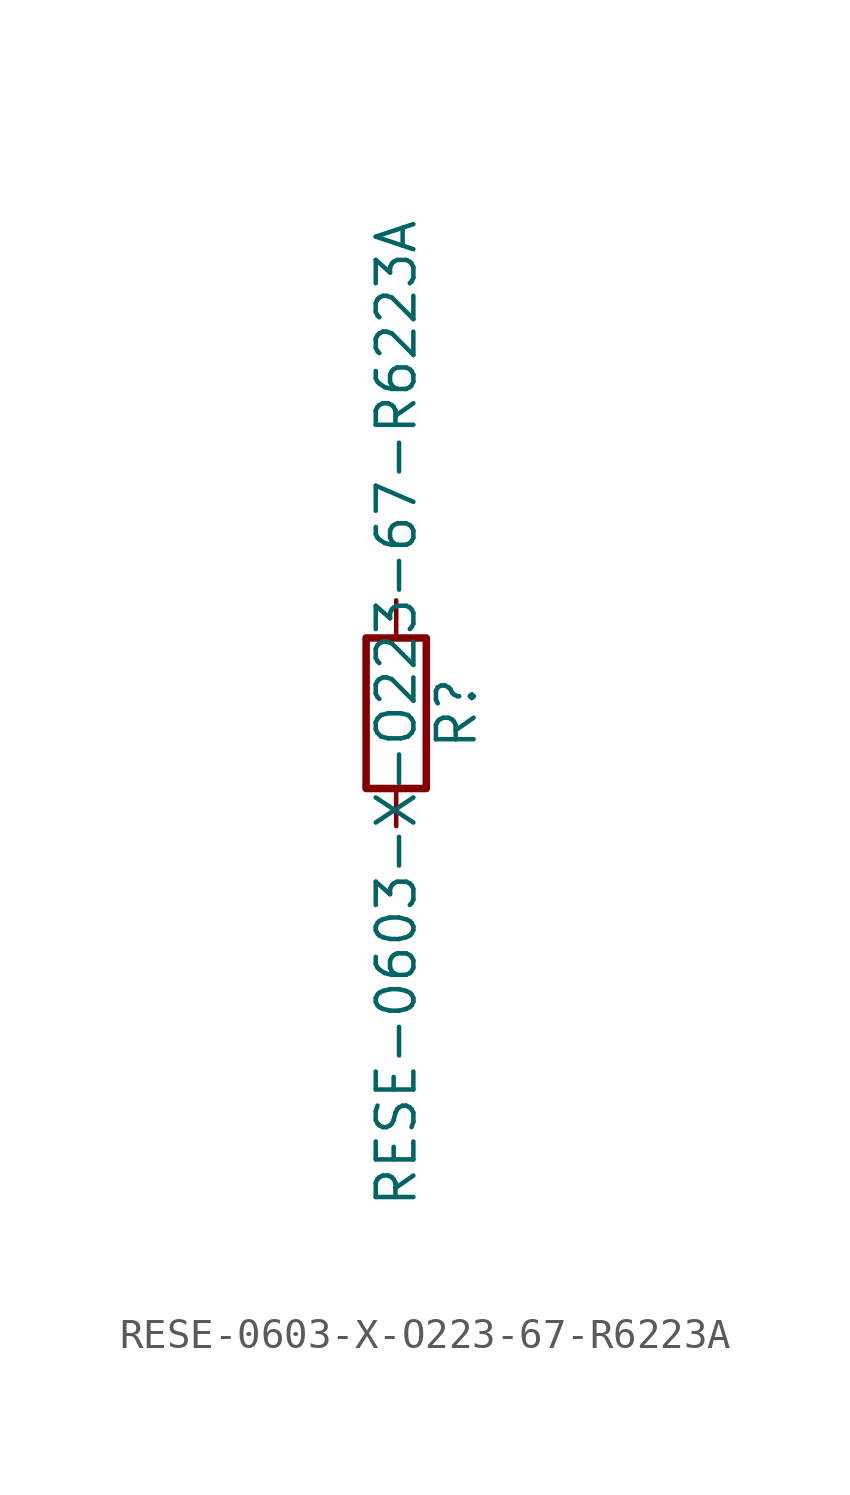
<source format=kicad_sym>
(kicad_symbol_lib
  (version 20211014)
  (generator kicad_symbol_editor)
  (symbol "RESE-0603-X-O223-67-R6223A"
    (pin_numbers hide)
    (pin_names
      (offset 0))
    (property "Reference" "R"
      (at 2.032 0 90)
      (effects (font (size 1.27 1.27))))
    (property "Value" "RESE-0603-X-O223-67-R6223A"
      (at 0 0 90)
      (effects (font (size 1.27 1.27))))
    (symbol "RESE-0603-X-O223-67-R6223A_0_1"
      (rectangle (start -1.016 -2.54) (end 1.016 2.54) (stroke (width 0.254) (type default) (color 0 0 0 0)) (fill (type none))))
    (symbol "RESE-0603-X-O223-67-R6223A_1_1"
      (pin passive line (at 0 3.81 270) (length 1.27) (name "~" (effects (font (size 1.27 1.27)))) (number "1" (effects (font (size 1.27 1.27)))))
      (pin passive line (at 0 -3.81 90) (length 1.27) (name "~" (effects (font (size 1.27 1.27)))) (number "2" (effects (font (size 1.27 1.27))))))))
</source>
